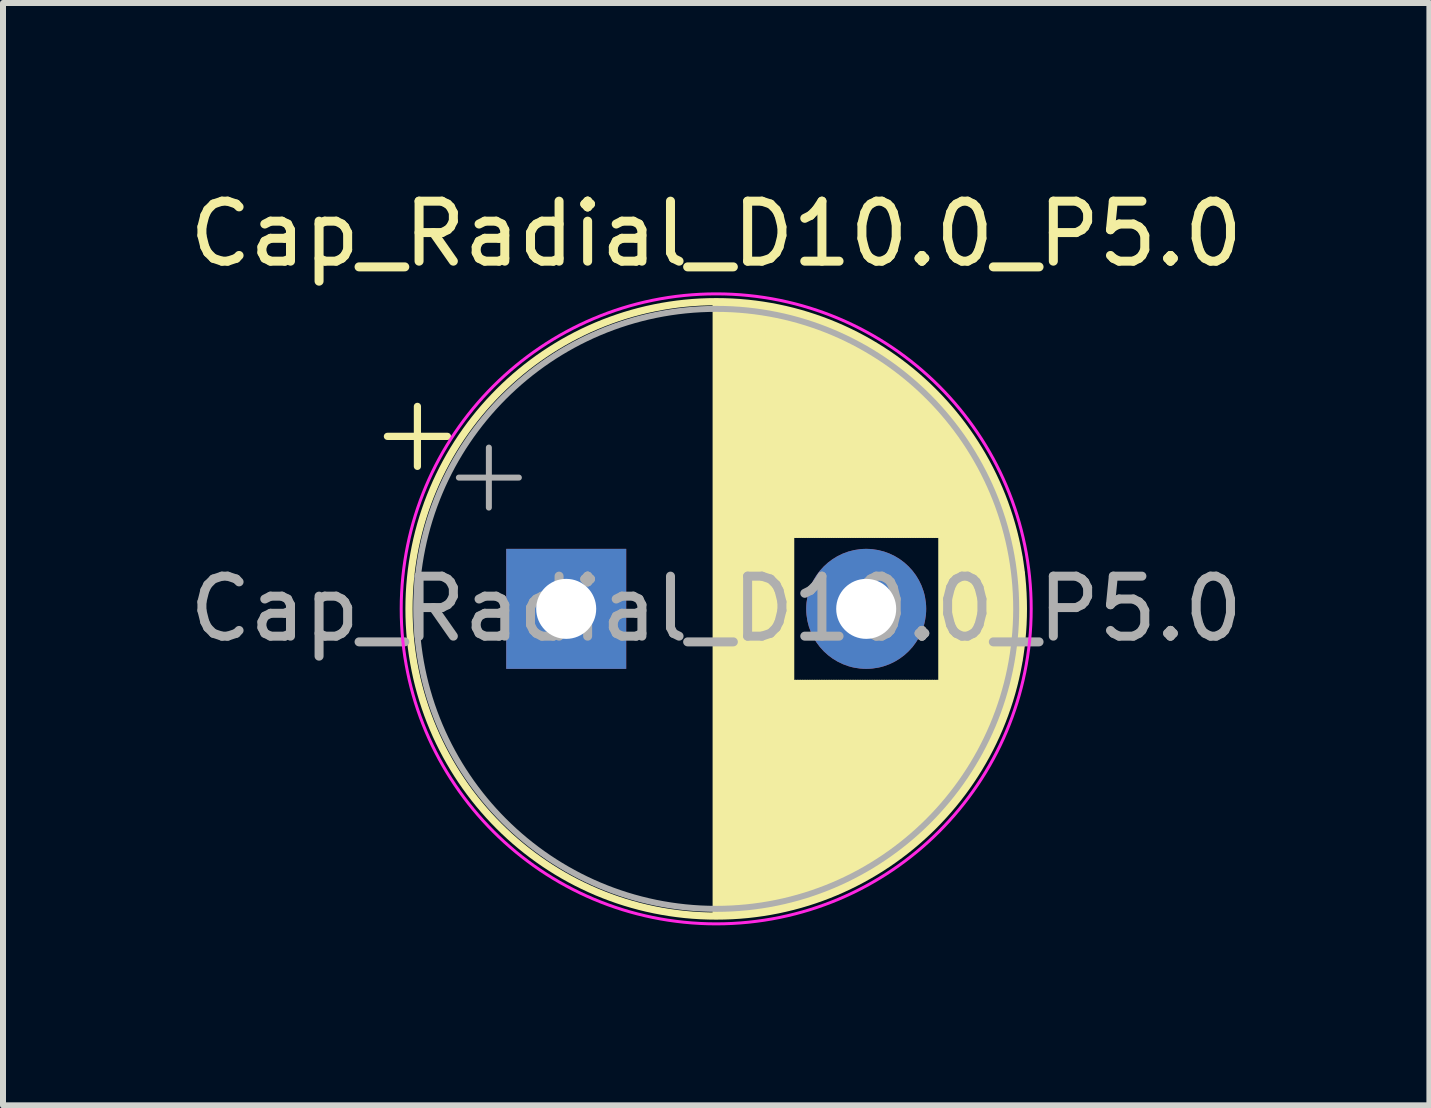
<source format=kicad_pcb>
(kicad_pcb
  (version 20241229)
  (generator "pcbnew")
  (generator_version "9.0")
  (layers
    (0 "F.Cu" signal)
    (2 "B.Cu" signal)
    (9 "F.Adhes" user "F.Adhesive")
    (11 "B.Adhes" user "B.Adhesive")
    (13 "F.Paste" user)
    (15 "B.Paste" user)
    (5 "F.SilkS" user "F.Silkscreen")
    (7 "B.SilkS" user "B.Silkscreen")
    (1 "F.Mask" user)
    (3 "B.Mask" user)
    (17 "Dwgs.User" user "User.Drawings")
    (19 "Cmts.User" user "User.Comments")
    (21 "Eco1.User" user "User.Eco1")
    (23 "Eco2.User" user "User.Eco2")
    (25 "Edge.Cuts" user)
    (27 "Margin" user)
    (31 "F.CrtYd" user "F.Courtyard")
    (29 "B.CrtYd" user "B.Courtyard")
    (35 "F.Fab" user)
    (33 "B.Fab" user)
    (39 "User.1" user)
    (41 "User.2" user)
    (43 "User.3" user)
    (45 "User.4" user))
  (footprint "Cap_Radial_D10.0_P5.0"
    (layer "F.Cu")
    (at 6.387 7.098)
    (property "Reference" "Cap_Radial_D10.0_P5.0" (at 2.5 -6.25 0) (layer "F.SilkS") (effects (font (size 1 1) (thickness 0.15))))
    (attr through_hole)
    (fp_line (start -2.98 -2.875) (end -1.98 -2.875) (stroke (width 0.12) (type solid)) (layer "F.SilkS"))
    (fp_line (start -2.48 -3.375) (end -2.48 -2.375) (stroke (width 0.12) (type solid)) (layer "F.SilkS"))
    (fp_line (start 2.5 -5.08) (end 2.5 5.08) (stroke (width 0.12) (type solid)) (layer "F.SilkS"))
    (fp_line (start 2.54 -5.08) (end 2.54 5.08) (stroke (width 0.12) (type solid)) (layer "F.SilkS"))
    (fp_line (start 2.58 -5.08) (end 2.58 5.08) (stroke (width 0.12) (type solid)) (layer "F.SilkS"))
    (fp_line (start 2.62 -5.079) (end 2.62 5.079) (stroke (width 0.12) (type solid)) (layer "F.SilkS"))
    (fp_line (start 2.66 -5.078) (end 2.66 5.078) (stroke (width 0.12) (type solid)) (layer "F.SilkS"))
    (fp_line (start 2.7 -5.077) (end 2.7 5.077) (stroke (width 0.12) (type solid)) (layer "F.SilkS"))
    (fp_line (start 2.74 -5.075) (end 2.74 5.075) (stroke (width 0.12) (type solid)) (layer "F.SilkS"))
    (fp_line (start 2.78 -5.073) (end 2.78 5.073) (stroke (width 0.12) (type solid)) (layer "F.SilkS"))
    (fp_line (start 2.82 -5.07) (end 2.82 5.07) (stroke (width 0.12) (type solid)) (layer "F.SilkS"))
    (fp_line (start 2.86 -5.068) (end 2.86 5.068) (stroke (width 0.12) (type solid)) (layer "F.SilkS"))
    (fp_line (start 2.9 -5.065) (end 2.9 5.065) (stroke (width 0.12) (type solid)) (layer "F.SilkS"))
    (fp_line (start 2.94 -5.062) (end 2.94 5.062) (stroke (width 0.12) (type solid)) (layer "F.SilkS"))
    (fp_line (start 2.98 -5.058) (end 2.98 5.058) (stroke (width 0.12) (type solid)) (layer "F.SilkS"))
    (fp_line (start 3.02 -5.054) (end 3.02 5.054) (stroke (width 0.12) (type solid)) (layer "F.SilkS"))
    (fp_line (start 3.06 -5.05) (end 3.06 5.05) (stroke (width 0.12) (type solid)) (layer "F.SilkS"))
    (fp_line (start 3.1 -5.045) (end 3.1 5.045) (stroke (width 0.12) (type solid)) (layer "F.SilkS"))
    (fp_line (start 3.14 -5.04) (end 3.14 5.04) (stroke (width 0.12) (type solid)) (layer "F.SilkS"))
    (fp_line (start 3.18 -5.035) (end 3.18 5.035) (stroke (width 0.12) (type solid)) (layer "F.SilkS"))
    (fp_line (start 3.221 -5.03) (end 3.221 5.03) (stroke (width 0.12) (type solid)) (layer "F.SilkS"))
    (fp_line (start 3.261 -5.024) (end 3.261 5.024) (stroke (width 0.12) (type solid)) (layer "F.SilkS"))
    (fp_line (start 3.301 -5.018) (end 3.301 5.018) (stroke (width 0.12) (type solid)) (layer "F.SilkS"))
    (fp_line (start 3.341 -5.011) (end 3.341 5.011) (stroke (width 0.12) (type solid)) (layer "F.SilkS"))
    (fp_line (start 3.381 -5.004) (end 3.381 5.004) (stroke (width 0.12) (type solid)) (layer "F.SilkS"))
    (fp_line (start 3.421 -4.997) (end 3.421 4.997) (stroke (width 0.12) (type solid)) (layer "F.SilkS"))
    (fp_line (start 3.461 -4.99) (end 3.461 4.99) (stroke (width 0.12) (type solid)) (layer "F.SilkS"))
    (fp_line (start 3.501 -4.982) (end 3.501 4.982) (stroke (width 0.12) (type solid)) (layer "F.SilkS"))
    (fp_line (start 3.541 -4.974) (end 3.541 4.974) (stroke (width 0.12) (type solid)) (layer "F.SilkS"))
    (fp_line (start 3.581 -4.965) (end 3.581 4.965) (stroke (width 0.12) (type solid)) (layer "F.SilkS"))
    (fp_line (start 3.621 -4.956) (end 3.621 4.956) (stroke (width 0.12) (type solid)) (layer "F.SilkS"))
    (fp_line (start 3.661 -4.947) (end 3.661 4.947) (stroke (width 0.12) (type solid)) (layer "F.SilkS"))
    (fp_line (start 3.701 -4.938) (end 3.701 4.938) (stroke (width 0.12) (type solid)) (layer "F.SilkS"))
    (fp_line (start 3.741 -4.928) (end 3.741 4.928) (stroke (width 0.12) (type solid)) (layer "F.SilkS"))
    (fp_line (start 3.781 -4.918) (end 3.781 -1.241) (stroke (width 0.12) (type solid)) (layer "F.SilkS"))
    (fp_line (start 3.781 1.241) (end 3.781 4.918) (stroke (width 0.12) (type solid)) (layer "F.SilkS"))
    (fp_line (start 3.821 -4.907) (end 3.821 -1.241) (stroke (width 0.12) (type solid)) (layer "F.SilkS"))
    (fp_line (start 3.821 1.241) (end 3.821 4.907) (stroke (width 0.12) (type solid)) (layer "F.SilkS"))
    (fp_line (start 3.861 -4.897) (end 3.861 -1.241) (stroke (width 0.12) (type solid)) (layer "F.SilkS"))
    (fp_line (start 3.861 1.241) (end 3.861 4.897) (stroke (width 0.12) (type solid)) (layer "F.SilkS"))
    (fp_line (start 3.901 -4.885) (end 3.901 -1.241) (stroke (width 0.12) (type solid)) (layer "F.SilkS"))
    (fp_line (start 3.901 1.241) (end 3.901 4.885) (stroke (width 0.12) (type solid)) (layer "F.SilkS"))
    (fp_line (start 3.941 -4.874) (end 3.941 -1.241) (stroke (width 0.12) (type solid)) (layer "F.SilkS"))
    (fp_line (start 3.941 1.241) (end 3.941 4.874) (stroke (width 0.12) (type solid)) (layer "F.SilkS"))
    (fp_line (start 3.981 -4.862) (end 3.981 -1.241) (stroke (width 0.12) (type solid)) (layer "F.SilkS"))
    (fp_line (start 3.981 1.241) (end 3.981 4.862) (stroke (width 0.12) (type solid)) (layer "F.SilkS"))
    (fp_line (start 4.021 -4.85) (end 4.021 -1.241) (stroke (width 0.12) (type solid)) (layer "F.SilkS"))
    (fp_line (start 4.021 1.241) (end 4.021 4.85) (stroke (width 0.12) (type solid)) (layer "F.SilkS"))
    (fp_line (start 4.061 -4.837) (end 4.061 -1.241) (stroke (width 0.12) (type solid)) (layer "F.SilkS"))
    (fp_line (start 4.061 1.241) (end 4.061 4.837) (stroke (width 0.12) (type solid)) (layer "F.SilkS"))
    (fp_line (start 4.101 -4.824) (end 4.101 -1.241) (stroke (width 0.12) (type solid)) (layer "F.SilkS"))
    (fp_line (start 4.101 1.241) (end 4.101 4.824) (stroke (width 0.12) (type solid)) (layer "F.SilkS"))
    (fp_line (start 4.141 -4.811) (end 4.141 -1.241) (stroke (width 0.12) (type solid)) (layer "F.SilkS"))
    (fp_line (start 4.141 1.241) (end 4.141 4.811) (stroke (width 0.12) (type solid)) (layer "F.SilkS"))
    (fp_line (start 4.181 -4.797) (end 4.181 -1.241) (stroke (width 0.12) (type solid)) (layer "F.SilkS"))
    (fp_line (start 4.181 1.241) (end 4.181 4.797) (stroke (width 0.12) (type solid)) (layer "F.SilkS"))
    (fp_line (start 4.221 -4.783) (end 4.221 -1.241) (stroke (width 0.12) (type solid)) (layer "F.SilkS"))
    (fp_line (start 4.221 1.241) (end 4.221 4.783) (stroke (width 0.12) (type solid)) (layer "F.SilkS"))
    (fp_line (start 4.261 -4.768) (end 4.261 -1.241) (stroke (width 0.12) (type solid)) (layer "F.SilkS"))
    (fp_line (start 4.261 1.241) (end 4.261 4.768) (stroke (width 0.12) (type solid)) (layer "F.SilkS"))
    (fp_line (start 4.301 -4.754) (end 4.301 -1.241) (stroke (width 0.12) (type solid)) (layer "F.SilkS"))
    (fp_line (start 4.301 1.241) (end 4.301 4.754) (stroke (width 0.12) (type solid)) (layer "F.SilkS"))
    (fp_line (start 4.341 -4.738) (end 4.341 -1.241) (stroke (width 0.12) (type solid)) (layer "F.SilkS"))
    (fp_line (start 4.341 1.241) (end 4.341 4.738) (stroke (width 0.12) (type solid)) (layer "F.SilkS"))
    (fp_line (start 4.381 -4.723) (end 4.381 -1.241) (stroke (width 0.12) (type solid)) (layer "F.SilkS"))
    (fp_line (start 4.381 1.241) (end 4.381 4.723) (stroke (width 0.12) (type solid)) (layer "F.SilkS"))
    (fp_line (start 4.421 -4.707) (end 4.421 -1.241) (stroke (width 0.12) (type solid)) (layer "F.SilkS"))
    (fp_line (start 4.421 1.241) (end 4.421 4.707) (stroke (width 0.12) (type solid)) (layer "F.SilkS"))
    (fp_line (start 4.461 -4.69) (end 4.461 -1.241) (stroke (width 0.12) (type solid)) (layer "F.SilkS"))
    (fp_line (start 4.461 1.241) (end 4.461 4.69) (stroke (width 0.12) (type solid)) (layer "F.SilkS"))
    (fp_line (start 4.501 -4.674) (end 4.501 -1.241) (stroke (width 0.12) (type solid)) (layer "F.SilkS"))
    (fp_line (start 4.501 1.241) (end 4.501 4.674) (stroke (width 0.12) (type solid)) (layer "F.SilkS"))
    (fp_line (start 4.541 -4.657) (end 4.541 -1.241) (stroke (width 0.12) (type solid)) (layer "F.SilkS"))
    (fp_line (start 4.541 1.241) (end 4.541 4.657) (stroke (width 0.12) (type solid)) (layer "F.SilkS"))
    (fp_line (start 4.581 -4.639) (end 4.581 -1.241) (stroke (width 0.12) (type solid)) (layer "F.SilkS"))
    (fp_line (start 4.581 1.241) (end 4.581 4.639) (stroke (width 0.12) (type solid)) (layer "F.SilkS"))
    (fp_line (start 4.621 -4.621) (end 4.621 -1.241) (stroke (width 0.12) (type solid)) (layer "F.SilkS"))
    (fp_line (start 4.621 1.241) (end 4.621 4.621) (stroke (width 0.12) (type solid)) (layer "F.SilkS"))
    (fp_line (start 4.661 -4.603) (end 4.661 -1.241) (stroke (width 0.12) (type solid)) (layer "F.SilkS"))
    (fp_line (start 4.661 1.241) (end 4.661 4.603) (stroke (width 0.12) (type solid)) (layer "F.SilkS"))
    (fp_line (start 4.701 -4.584) (end 4.701 -1.241) (stroke (width 0.12) (type solid)) (layer "F.SilkS"))
    (fp_line (start 4.701 1.241) (end 4.701 4.584) (stroke (width 0.12) (type solid)) (layer "F.SilkS"))
    (fp_line (start 4.741 -4.564) (end 4.741 -1.241) (stroke (width 0.12) (type solid)) (layer "F.SilkS"))
    (fp_line (start 4.741 1.241) (end 4.741 4.564) (stroke (width 0.12) (type solid)) (layer "F.SilkS"))
    (fp_line (start 4.781 -4.545) (end 4.781 -1.241) (stroke (width 0.12) (type solid)) (layer "F.SilkS"))
    (fp_line (start 4.781 1.241) (end 4.781 4.545) (stroke (width 0.12) (type solid)) (layer "F.SilkS"))
    (fp_line (start 4.821 -4.525) (end 4.821 -1.241) (stroke (width 0.12) (type solid)) (layer "F.SilkS"))
    (fp_line (start 4.821 1.241) (end 4.821 4.525) (stroke (width 0.12) (type solid)) (layer "F.SilkS"))
    (fp_line (start 4.861 -4.504) (end 4.861 -1.241) (stroke (width 0.12) (type solid)) (layer "F.SilkS"))
    (fp_line (start 4.861 1.241) (end 4.861 4.504) (stroke (width 0.12) (type solid)) (layer "F.SilkS"))
    (fp_line (start 4.901 -4.483) (end 4.901 -1.241) (stroke (width 0.12) (type solid)) (layer "F.SilkS"))
    (fp_line (start 4.901 1.241) (end 4.901 4.483) (stroke (width 0.12) (type solid)) (layer "F.SilkS"))
    (fp_line (start 4.941 -4.462) (end 4.941 -1.241) (stroke (width 0.12) (type solid)) (layer "F.SilkS"))
    (fp_line (start 4.941 1.241) (end 4.941 4.462) (stroke (width 0.12) (type solid)) (layer "F.SilkS"))
    (fp_line (start 4.981 -4.44) (end 4.981 -1.241) (stroke (width 0.12) (type solid)) (layer "F.SilkS"))
    (fp_line (start 4.981 1.241) (end 4.981 4.44) (stroke (width 0.12) (type solid)) (layer "F.SilkS"))
    (fp_line (start 5.021 -4.417) (end 5.021 -1.241) (stroke (width 0.12) (type solid)) (layer "F.SilkS"))
    (fp_line (start 5.021 1.241) (end 5.021 4.417) (stroke (width 0.12) (type solid)) (layer "F.SilkS"))
    (fp_line (start 5.061 -4.395) (end 5.061 -1.241) (stroke (width 0.12) (type solid)) (layer "F.SilkS"))
    (fp_line (start 5.061 1.241) (end 5.061 4.395) (stroke (width 0.12) (type solid)) (layer "F.SilkS"))
    (fp_line (start 5.101 -4.371) (end 5.101 -1.241) (stroke (width 0.12) (type solid)) (layer "F.SilkS"))
    (fp_line (start 5.101 1.241) (end 5.101 4.371) (stroke (width 0.12) (type solid)) (layer "F.SilkS"))
    (fp_line (start 5.141 -4.347) (end 5.141 -1.241) (stroke (width 0.12) (type solid)) (layer "F.SilkS"))
    (fp_line (start 5.141 1.241) (end 5.141 4.347) (stroke (width 0.12) (type solid)) (layer "F.SilkS"))
    (fp_line (start 5.181 -4.323) (end 5.181 -1.241) (stroke (width 0.12) (type solid)) (layer "F.SilkS"))
    (fp_line (start 5.181 1.241) (end 5.181 4.323) (stroke (width 0.12) (type solid)) (layer "F.SilkS"))
    (fp_line (start 5.221 -4.298) (end 5.221 -1.241) (stroke (width 0.12) (type solid)) (layer "F.SilkS"))
    (fp_line (start 5.221 1.241) (end 5.221 4.298) (stroke (width 0.12) (type solid)) (layer "F.SilkS"))
    (fp_line (start 5.261 -4.273) (end 5.261 -1.241) (stroke (width 0.12) (type solid)) (layer "F.SilkS"))
    (fp_line (start 5.261 1.241) (end 5.261 4.273) (stroke (width 0.12) (type solid)) (layer "F.SilkS"))
    (fp_line (start 5.301 -4.247) (end 5.301 -1.241) (stroke (width 0.12) (type solid)) (layer "F.SilkS"))
    (fp_line (start 5.301 1.241) (end 5.301 4.247) (stroke (width 0.12) (type solid)) (layer "F.SilkS"))
    (fp_line (start 5.341 -4.221) (end 5.341 -1.241) (stroke (width 0.12) (type solid)) (layer "F.SilkS"))
    (fp_line (start 5.341 1.241) (end 5.341 4.221) (stroke (width 0.12) (type solid)) (layer "F.SilkS"))
    (fp_line (start 5.381 -4.194) (end 5.381 -1.241) (stroke (width 0.12) (type solid)) (layer "F.SilkS"))
    (fp_line (start 5.381 1.241) (end 5.381 4.194) (stroke (width 0.12) (type solid)) (layer "F.SilkS"))
    (fp_line (start 5.421 -4.166) (end 5.421 -1.241) (stroke (width 0.12) (type solid)) (layer "F.SilkS"))
    (fp_line (start 5.421 1.241) (end 5.421 4.166) (stroke (width 0.12) (type solid)) (layer "F.SilkS"))
    (fp_line (start 5.461 -4.138) (end 5.461 -1.241) (stroke (width 0.12) (type solid)) (layer "F.SilkS"))
    (fp_line (start 5.461 1.241) (end 5.461 4.138) (stroke (width 0.12) (type solid)) (layer "F.SilkS"))
    (fp_line (start 5.501 -4.11) (end 5.501 -1.241) (stroke (width 0.12) (type solid)) (layer "F.SilkS"))
    (fp_line (start 5.501 1.241) (end 5.501 4.11) (stroke (width 0.12) (type solid)) (layer "F.SilkS"))
    (fp_line (start 5.541 -4.08) (end 5.541 -1.241) (stroke (width 0.12) (type solid)) (layer "F.SilkS"))
    (fp_line (start 5.541 1.241) (end 5.541 4.08) (stroke (width 0.12) (type solid)) (layer "F.SilkS"))
    (fp_line (start 5.581 -4.05) (end 5.581 -1.241) (stroke (width 0.12) (type solid)) (layer "F.SilkS"))
    (fp_line (start 5.581 1.241) (end 5.581 4.05) (stroke (width 0.12) (type solid)) (layer "F.SilkS"))
    (fp_line (start 5.621 -4.02) (end 5.621 -1.241) (stroke (width 0.12) (type solid)) (layer "F.SilkS"))
    (fp_line (start 5.621 1.241) (end 5.621 4.02) (stroke (width 0.12) (type solid)) (layer "F.SilkS"))
    (fp_line (start 5.661 -3.989) (end 5.661 -1.241) (stroke (width 0.12) (type solid)) (layer "F.SilkS"))
    (fp_line (start 5.661 1.241) (end 5.661 3.989) (stroke (width 0.12) (type solid)) (layer "F.SilkS"))
    (fp_line (start 5.701 -3.957) (end 5.701 -1.241) (stroke (width 0.12) (type solid)) (layer "F.SilkS"))
    (fp_line (start 5.701 1.241) (end 5.701 3.957) (stroke (width 0.12) (type solid)) (layer "F.SilkS"))
    (fp_line (start 5.741 -3.925) (end 5.741 -1.241) (stroke (width 0.12) (type solid)) (layer "F.SilkS"))
    (fp_line (start 5.741 1.241) (end 5.741 3.925) (stroke (width 0.12) (type solid)) (layer "F.SilkS"))
    (fp_line (start 5.781 -3.892) (end 5.781 -1.241) (stroke (width 0.12) (type solid)) (layer "F.SilkS"))
    (fp_line (start 5.781 1.241) (end 5.781 3.892) (stroke (width 0.12) (type solid)) (layer "F.SilkS"))
    (fp_line (start 5.821 -3.858) (end 5.821 -1.241) (stroke (width 0.12) (type solid)) (layer "F.SilkS"))
    (fp_line (start 5.821 1.241) (end 5.821 3.858) (stroke (width 0.12) (type solid)) (layer "F.SilkS"))
    (fp_line (start 5.861 -3.824) (end 5.861 -1.241) (stroke (width 0.12) (type solid)) (layer "F.SilkS"))
    (fp_line (start 5.861 1.241) (end 5.861 3.824) (stroke (width 0.12) (type solid)) (layer "F.SilkS"))
    (fp_line (start 5.901 -3.789) (end 5.901 -1.241) (stroke (width 0.12) (type solid)) (layer "F.SilkS"))
    (fp_line (start 5.901 1.241) (end 5.901 3.789) (stroke (width 0.12) (type solid)) (layer "F.SilkS"))
    (fp_line (start 5.941 -3.753) (end 5.941 -1.241) (stroke (width 0.12) (type solid)) (layer "F.SilkS"))
    (fp_line (start 5.941 1.241) (end 5.941 3.753) (stroke (width 0.12) (type solid)) (layer "F.SilkS"))
    (fp_line (start 5.981 -3.716) (end 5.981 -1.241) (stroke (width 0.12) (type solid)) (layer "F.SilkS"))
    (fp_line (start 5.981 1.241) (end 5.981 3.716) (stroke (width 0.12) (type solid)) (layer "F.SilkS"))
    (fp_line (start 6.021 -3.679) (end 6.021 -1.241) (stroke (width 0.12) (type solid)) (layer "F.SilkS"))
    (fp_line (start 6.021 1.241) (end 6.021 3.679) (stroke (width 0.12) (type solid)) (layer "F.SilkS"))
    (fp_line (start 6.061 -3.64) (end 6.061 -1.241) (stroke (width 0.12) (type solid)) (layer "F.SilkS"))
    (fp_line (start 6.061 1.241) (end 6.061 3.64) (stroke (width 0.12) (type solid)) (layer "F.SilkS"))
    (fp_line (start 6.101 -3.601) (end 6.101 -1.241) (stroke (width 0.12) (type solid)) (layer "F.SilkS"))
    (fp_line (start 6.101 1.241) (end 6.101 3.601) (stroke (width 0.12) (type solid)) (layer "F.SilkS"))
    (fp_line (start 6.141 -3.561) (end 6.141 -1.241) (stroke (width 0.12) (type solid)) (layer "F.SilkS"))
    (fp_line (start 6.141 1.241) (end 6.141 3.561) (stroke (width 0.12) (type solid)) (layer "F.SilkS"))
    (fp_line (start 6.181 -3.52) (end 6.181 -1.241) (stroke (width 0.12) (type solid)) (layer "F.SilkS"))
    (fp_line (start 6.181 1.241) (end 6.181 3.52) (stroke (width 0.12) (type solid)) (layer "F.SilkS"))
    (fp_line (start 6.221 -3.478) (end 6.221 -1.241) (stroke (width 0.12) (type solid)) (layer "F.SilkS"))
    (fp_line (start 6.221 1.241) (end 6.221 3.478) (stroke (width 0.12) (type solid)) (layer "F.SilkS"))
    (fp_line (start 6.261 -3.436) (end 6.261 3.436) (stroke (width 0.12) (type solid)) (layer "F.SilkS"))
    (fp_line (start 6.301 -3.392) (end 6.301 3.392) (stroke (width 0.12) (type solid)) (layer "F.SilkS"))
    (fp_line (start 6.341 -3.347) (end 6.341 3.347) (stroke (width 0.12) (type solid)) (layer "F.SilkS"))
    (fp_line (start 6.381 -3.301) (end 6.381 3.301) (stroke (width 0.12) (type solid)) (layer "F.SilkS"))
    (fp_line (start 6.421 -3.254) (end 6.421 3.254) (stroke (width 0.12) (type solid)) (layer "F.SilkS"))
    (fp_line (start 6.461 -3.206) (end 6.461 3.206) (stroke (width 0.12) (type solid)) (layer "F.SilkS"))
    (fp_line (start 6.501 -3.156) (end 6.501 3.156) (stroke (width 0.12) (type solid)) (layer "F.SilkS"))
    (fp_line (start 6.541 -3.106) (end 6.541 3.106) (stroke (width 0.12) (type solid)) (layer "F.SilkS"))
    (fp_line (start 6.581 -3.054) (end 6.581 3.054) (stroke (width 0.12) (type solid)) (layer "F.SilkS"))
    (fp_line (start 6.621 -3) (end 6.621 3) (stroke (width 0.12) (type solid)) (layer "F.SilkS"))
    (fp_line (start 6.661 -2.945) (end 6.661 2.945) (stroke (width 0.12) (type solid)) (layer "F.SilkS"))
    (fp_line (start 6.701 -2.889) (end 6.701 2.889) (stroke (width 0.12) (type solid)) (layer "F.SilkS"))
    (fp_line (start 6.741 -2.83) (end 6.741 2.83) (stroke (width 0.12) (type solid)) (layer "F.SilkS"))
    (fp_line (start 6.781 -2.77) (end 6.781 2.77) (stroke (width 0.12) (type solid)) (layer "F.SilkS"))
    (fp_line (start 6.821 -2.709) (end 6.821 2.709) (stroke (width 0.12) (type solid)) (layer "F.SilkS"))
    (fp_line (start 6.861 -2.645) (end 6.861 2.645) (stroke (width 0.12) (type solid)) (layer "F.SilkS"))
    (fp_line (start 6.901 -2.579) (end 6.901 2.579) (stroke (width 0.12) (type solid)) (layer "F.SilkS"))
    (fp_line (start 6.941 -2.51) (end 6.941 2.51) (stroke (width 0.12) (type solid)) (layer "F.SilkS"))
    (fp_line (start 6.981 -2.439) (end 6.981 2.439) (stroke (width 0.12) (type solid)) (layer "F.SilkS"))
    (fp_line (start 7.021 -2.365) (end 7.021 2.365) (stroke (width 0.12) (type solid)) (layer "F.SilkS"))
    (fp_line (start 7.061 -2.289) (end 7.061 2.289) (stroke (width 0.12) (type solid)) (layer "F.SilkS"))
    (fp_line (start 7.101 -2.209) (end 7.101 2.209) (stroke (width 0.12) (type solid)) (layer "F.SilkS"))
    (fp_line (start 7.141 -2.125) (end 7.141 2.125) (stroke (width 0.12) (type solid)) (layer "F.SilkS"))
    (fp_line (start 7.181 -2.037) (end 7.181 2.037) (stroke (width 0.12) (type solid)) (layer "F.SilkS"))
    (fp_line (start 7.221 -1.944) (end 7.221 1.944) (stroke (width 0.12) (type solid)) (layer "F.SilkS"))
    (fp_line (start 7.261 -1.846) (end 7.261 1.846) (stroke (width 0.12) (type solid)) (layer "F.SilkS"))
    (fp_line (start 7.301 -1.742) (end 7.301 1.742) (stroke (width 0.12) (type solid)) (layer "F.SilkS"))
    (fp_line (start 7.341 -1.63) (end 7.341 1.63) (stroke (width 0.12) (type solid)) (layer "F.SilkS"))
    (fp_line (start 7.381 -1.51) (end 7.381 1.51) (stroke (width 0.12) (type solid)) (layer "F.SilkS"))
    (fp_line (start 7.421 -1.378) (end 7.421 1.378) (stroke (width 0.12) (type solid)) (layer "F.SilkS"))
    (fp_line (start 7.461 -1.23) (end 7.461 1.23) (stroke (width 0.12) (type solid)) (layer "F.SilkS"))
    (fp_line (start 7.501 -1.062) (end 7.501 1.062) (stroke (width 0.12) (type solid)) (layer "F.SilkS"))
    (fp_line (start 7.541 -0.862) (end 7.541 0.862) (stroke (width 0.12) (type solid)) (layer "F.SilkS"))
    (fp_line (start 7.581 -0.599) (end 7.581 0.599) (stroke (width 0.12) (type solid)) (layer "F.SilkS"))
    (fp_circle (center 2.5 0) (end 7.62 0) (stroke (width 0.12) (type solid)) (fill no) (layer "F.SilkS"))
    (fp_circle (center 2.5 0) (end 7.75 0) (stroke (width 0.05) (type solid)) (fill no) (layer "F.CrtYd"))
    (fp_line (start -1.789 -2.188) (end -0.789 -2.188) (stroke (width 0.1) (type solid)) (layer "F.Fab"))
    (fp_line (start -1.289 -2.688) (end -1.289 -1.688) (stroke (width 0.1) (type solid)) (layer "F.Fab"))
    (fp_circle (center 2.5 0) (end 7.5 0) (stroke (width 0.1) (type solid)) (fill no) (layer "F.Fab"))
    (fp_text user "${REFERENCE}" (at 2.5 0 0) (layer "F.Fab") (effects (font (size 1 1) (thickness 0.15))))
    (pad "N" thru_hole circle (at 5 0) (size 2 2) (drill 1) (layers "*.Cu" "*.Mask"))
    (pad "P" thru_hole rect (at 0 0) (size 2 2) (drill 1) (layers "*.Cu" "*.Mask")))
  (gr_rect
    (start -3 -3)
    (end 20.774 15.373)
    (stroke (width 0.1) (type default))
    (fill no)
    (layer "Edge.Cuts")))
</source>
